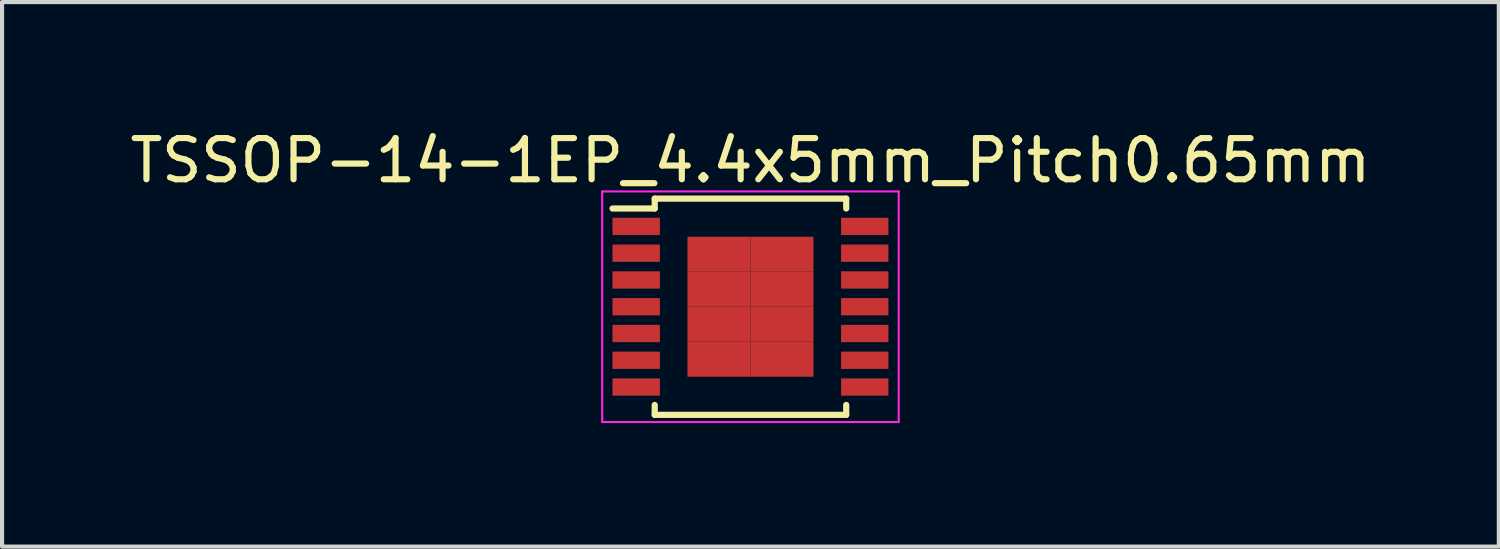
<source format=kicad_pcb>
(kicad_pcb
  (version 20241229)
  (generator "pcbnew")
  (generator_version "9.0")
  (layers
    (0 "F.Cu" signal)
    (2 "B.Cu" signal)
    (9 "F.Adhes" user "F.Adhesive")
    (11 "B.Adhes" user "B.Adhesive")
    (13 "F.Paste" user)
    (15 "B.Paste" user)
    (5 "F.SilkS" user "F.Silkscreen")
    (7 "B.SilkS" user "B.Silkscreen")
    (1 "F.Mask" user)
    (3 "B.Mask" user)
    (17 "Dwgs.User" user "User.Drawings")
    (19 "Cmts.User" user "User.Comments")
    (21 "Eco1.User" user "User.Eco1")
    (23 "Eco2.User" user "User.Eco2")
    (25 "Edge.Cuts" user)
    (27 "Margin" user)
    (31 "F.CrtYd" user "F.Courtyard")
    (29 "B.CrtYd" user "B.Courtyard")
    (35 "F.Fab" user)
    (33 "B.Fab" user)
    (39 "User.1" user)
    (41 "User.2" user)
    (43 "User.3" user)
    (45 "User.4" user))
  (footprint "TSSOP-14-1EP_4.4x5mm_Pitch0.65mm"
    (layer "F.Cu")
    (at 15.173 4.398)
    (property "Reference" "TSSOP-14-1EP_4.4x5mm_Pitch0.65mm" (at 0 -3.55 0) (layer "F.SilkS") (effects (font (size 1 1) (thickness 0.15))))
    (attr smd)
    (fp_line (start -2.325 -2.625) (end -2.325 -2.385) (stroke (width 0.15) (type solid)) (layer "F.SilkS"))
    (fp_line (start -2.325 -2.625) (end 2.325 -2.625) (stroke (width 0.15) (type solid)) (layer "F.SilkS"))
    (fp_line (start -2.325 -2.385) (end -3.35 -2.385) (stroke (width 0.15) (type solid)) (layer "F.SilkS"))
    (fp_line (start -2.325 2.625) (end -2.325 2.385) (stroke (width 0.15) (type solid)) (layer "F.SilkS"))
    (fp_line (start -2.325 2.625) (end 2.325 2.625) (stroke (width 0.15) (type solid)) (layer "F.SilkS"))
    (fp_line (start 2.325 -2.625) (end 2.325 -2.385) (stroke (width 0.15) (type solid)) (layer "F.SilkS"))
    (fp_line (start 2.325 2.625) (end 2.325 2.385) (stroke (width 0.15) (type solid)) (layer "F.SilkS"))
    (fp_line (start -3.6 -2.8) (end -3.6 2.8) (stroke (width 0.05) (type solid)) (layer "F.CrtYd"))
    (fp_line (start -3.6 -2.8) (end 3.6 -2.8) (stroke (width 0.05) (type solid)) (layer "F.CrtYd"))
    (fp_line (start -3.6 2.8) (end 3.6 2.8) (stroke (width 0.05) (type solid)) (layer "F.CrtYd"))
    (fp_line (start 3.6 -2.8) (end 3.6 2.8) (stroke (width 0.05) (type solid)) (layer "F.CrtYd"))
    (pad "1" smd rect (at -2.775 -1.95) (size 1.15 0.42) (layers "F.Cu" "F.Mask" "F.Paste"))
    (pad "2" smd rect (at -2.775 -1.3) (size 1.15 0.42) (layers "F.Cu" "F.Mask" "F.Paste"))
    (pad "3" smd rect (at -2.775 -0.65) (size 1.15 0.42) (layers "F.Cu" "F.Mask" "F.Paste"))
    (pad "4" smd rect (at -2.775 0) (size 1.15 0.42) (layers "F.Cu" "F.Mask" "F.Paste"))
    (pad "5" smd rect (at -2.775 0.65) (size 1.15 0.42) (layers "F.Cu" "F.Mask" "F.Paste"))
    (pad "6" smd rect (at -2.775 1.3) (size 1.15 0.42) (layers "F.Cu" "F.Mask" "F.Paste"))
    (pad "7" smd rect (at -2.775 1.95) (size 1.15 0.42) (layers "F.Cu" "F.Mask" "F.Paste"))
    (pad "8" smd rect (at 2.775 1.95) (size 1.15 0.42) (layers "F.Cu" "F.Mask" "F.Paste"))
    (pad "9" smd rect (at 2.775 1.3) (size 1.15 0.42) (layers "F.Cu" "F.Mask" "F.Paste"))
    (pad "10" smd rect (at 2.775 0.65) (size 1.15 0.42) (layers "F.Cu" "F.Mask" "F.Paste"))
    (pad "11" smd rect (at 2.775 0) (size 1.15 0.42) (layers "F.Cu" "F.Mask" "F.Paste"))
    (pad "12" smd rect (at 2.775 -0.65) (size 1.15 0.42) (layers "F.Cu" "F.Mask" "F.Paste"))
    (pad "13" smd rect (at 2.775 -1.3) (size 1.15 0.42) (layers "F.Cu" "F.Mask" "F.Paste"))
    (pad "14" smd rect (at 2.775 -1.95) (size 1.15 0.42) (layers "F.Cu" "F.Mask" "F.Paste"))
    (pad "15" smd rect (at -0.765 -1.275) (size 1.53 0.85) (layers "F.Cu" "F.Mask" "F.Paste"))
    (pad "15" smd rect (at -0.765 -0.425) (size 1.53 0.85) (layers "F.Cu" "F.Mask" "F.Paste"))
    (pad "15" smd rect (at -0.765 0.425) (size 1.53 0.85) (layers "F.Cu" "F.Mask" "F.Paste"))
    (pad "15" smd rect (at -0.765 1.275) (size 1.53 0.85) (layers "F.Cu" "F.Mask" "F.Paste"))
    (pad "15" smd rect (at 0.765 -1.275) (size 1.53 0.85) (layers "F.Cu" "F.Mask" "F.Paste"))
    (pad "15" smd rect (at 0.765 -0.425) (size 1.53 0.85) (layers "F.Cu" "F.Mask" "F.Paste"))
    (pad "15" smd rect (at 0.765 0.425) (size 1.53 0.85) (layers "F.Cu" "F.Mask" "F.Paste"))
    (pad "15" smd rect (at 0.765 1.275) (size 1.53 0.85) (layers "F.Cu" "F.Mask" "F.Paste")))
  (gr_rect
    (start -3 -3)
    (end 33.345 10.223)
    (stroke (width 0.1) (type default))
    (fill no)
    (layer "Edge.Cuts")))
</source>
